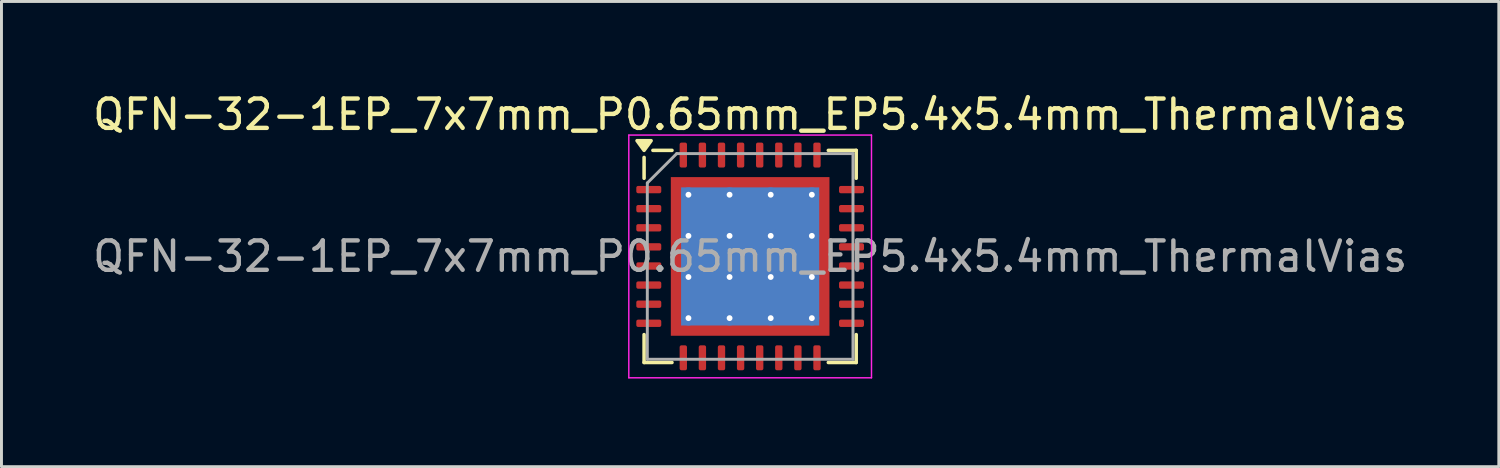
<source format=kicad_pcb>
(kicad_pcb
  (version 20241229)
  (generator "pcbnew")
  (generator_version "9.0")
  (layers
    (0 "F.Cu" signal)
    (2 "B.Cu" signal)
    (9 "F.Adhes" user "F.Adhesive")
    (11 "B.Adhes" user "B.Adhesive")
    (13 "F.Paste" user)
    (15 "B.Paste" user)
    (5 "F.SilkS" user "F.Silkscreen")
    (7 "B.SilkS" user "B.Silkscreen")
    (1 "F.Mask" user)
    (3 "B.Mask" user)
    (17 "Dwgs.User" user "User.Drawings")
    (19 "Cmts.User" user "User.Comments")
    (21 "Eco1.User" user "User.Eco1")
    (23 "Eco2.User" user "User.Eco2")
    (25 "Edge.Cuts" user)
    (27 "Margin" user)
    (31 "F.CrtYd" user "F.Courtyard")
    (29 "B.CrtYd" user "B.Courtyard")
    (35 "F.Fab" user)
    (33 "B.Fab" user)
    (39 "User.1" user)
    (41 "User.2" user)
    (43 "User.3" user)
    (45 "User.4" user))
  (footprint "QFN-32-1EP_7x7mm_P0.65mm_EP5.4x5.4mm_ThermalVias"
    (layer "F.Cu")
    (at 22.482 5.678)
    (property "Reference" "QFN-32-1EP_7x7mm_P0.65mm_EP5.4x5.4mm_ThermalVias" (at 0 -4.83 0) (layer "F.SilkS") (effects (font (size 1 1) (thickness 0.15))))
    (attr smd)
    (fp_line (start -3.61 -2.66) (end -3.61 -3.37) (stroke (width 0.12) (type solid)) (layer "F.SilkS"))
    (fp_line (start -3.61 3.61) (end -3.61 2.66) (stroke (width 0.12) (type solid)) (layer "F.SilkS"))
    (fp_line (start -2.66 -3.61) (end -3.31 -3.61) (stroke (width 0.12) (type solid)) (layer "F.SilkS"))
    (fp_line (start -2.66 3.61) (end -3.61 3.61) (stroke (width 0.12) (type solid)) (layer "F.SilkS"))
    (fp_line (start 2.66 -3.61) (end 3.61 -3.61) (stroke (width 0.12) (type solid)) (layer "F.SilkS"))
    (fp_line (start 2.66 3.61) (end 3.61 3.61) (stroke (width 0.12) (type solid)) (layer "F.SilkS"))
    (fp_line (start 3.61 -3.61) (end 3.61 -2.66) (stroke (width 0.12) (type solid)) (layer "F.SilkS"))
    (fp_line (start 3.61 3.61) (end 3.61 2.66) (stroke (width 0.12) (type solid)) (layer "F.SilkS"))
    (fp_poly (pts (xy -3.61 -3.61) (xy -3.85 -3.94) (xy -3.37 -3.94) (xy -3.61 -3.61)) (stroke (width 0.12) (type solid)) (fill yes) (layer "F.SilkS"))
    (fp_line (start -4.13 -4.13) (end -4.13 4.13) (stroke (width 0.05) (type solid)) (layer "F.CrtYd"))
    (fp_line (start -4.13 4.13) (end 4.13 4.13) (stroke (width 0.05) (type solid)) (layer "F.CrtYd"))
    (fp_line (start 4.13 -4.13) (end -4.13 -4.13) (stroke (width 0.05) (type solid)) (layer "F.CrtYd"))
    (fp_line (start 4.13 4.13) (end 4.13 -4.13) (stroke (width 0.05) (type solid)) (layer "F.CrtYd"))
    (fp_line (start -3.5 -2.5) (end -2.5 -3.5) (stroke (width 0.1) (type solid)) (layer "F.Fab"))
    (fp_line (start -3.5 3.5) (end -3.5 -2.5) (stroke (width 0.1) (type solid)) (layer "F.Fab"))
    (fp_line (start -2.5 -3.5) (end 3.5 -3.5) (stroke (width 0.1) (type solid)) (layer "F.Fab"))
    (fp_line (start 3.5 -3.5) (end 3.5 3.5) (stroke (width 0.1) (type solid)) (layer "F.Fab"))
    (fp_line (start 3.5 3.5) (end -3.5 3.5) (stroke (width 0.1) (type solid)) (layer "F.Fab"))
    (fp_text user "${REFERENCE}" (at 0 0 0) (layer "F.Fab") (effects (font (size 1 1) (thickness 0.15))))
    (pad "" smd custom (at -2.4 -2.4) (size 0.366 0.366) (layers "F.Paste") (options (anchor circle)) (primitives (gr_poly (pts (xy -0.124 -0.124) (xy 0.124 -0.124) (xy 0.124 0.026) (xy 0.026 0.124) (xy -0.124 0.124)) (width 0.236) (fill yes))))
    (pad "" smd custom (at -2.4 -1.4) (size 0.421 0.421) (layers "F.Paste") (options (anchor circle)) (primitives (gr_poly (pts (xy -0.179 -0.501) (xy 0.127 -0.501) (xy 0.179 -0.449) (xy 0.179 0.449) (xy 0.127 0.501) (xy -0.179 0.501)) (width 0.126) (fill yes))))
    (pad "" smd custom (at -2.4 0) (size 0.421 0.421) (layers "F.Paste") (options (anchor circle)) (primitives (gr_poly (pts (xy -0.179 -0.501) (xy 0.127 -0.501) (xy 0.179 -0.449) (xy 0.179 0.449) (xy 0.127 0.501) (xy -0.179 0.501)) (width 0.126) (fill yes))))
    (pad "" smd custom (at -2.4 1.4) (size 0.421 0.421) (layers "F.Paste") (options (anchor circle)) (primitives (gr_poly (pts (xy -0.179 -0.501) (xy 0.127 -0.501) (xy 0.179 -0.449) (xy 0.179 0.449) (xy 0.127 0.501) (xy -0.179 0.501)) (width 0.126) (fill yes))))
    (pad "" smd custom (at -2.4 2.4) (size 0.366 0.366) (layers "F.Paste") (options (anchor circle)) (primitives (gr_poly (pts (xy -0.124 -0.124) (xy 0.026 -0.124) (xy 0.124 -0.026) (xy 0.124 0.124) (xy -0.124 0.124)) (width 0.236) (fill yes))))
    (pad "" smd custom (at -1.4 -2.4) (size 0.421 0.421) (layers "F.Paste") (options (anchor circle)) (primitives (gr_poly (pts (xy -0.501 -0.179) (xy 0.501 -0.179) (xy 0.501 0.127) (xy 0.449 0.179) (xy -0.449 0.179) (xy -0.501 0.127)) (width 0.126) (fill yes))))
    (pad "" smd roundrect (at -1.4 -1.4) (size 1.129 1.129) (layers "F.Paste") (roundrect_rratio 0.221))
    (pad "" smd roundrect (at -1.4 0) (size 1.129 1.129) (layers "F.Paste") (roundrect_rratio 0.221))
    (pad "" smd roundrect (at -1.4 1.4) (size 1.129 1.129) (layers "F.Paste") (roundrect_rratio 0.221))
    (pad "" smd custom (at -1.4 2.4) (size 0.421 0.421) (layers "F.Paste") (options (anchor circle)) (primitives (gr_poly (pts (xy -0.501 -0.127) (xy -0.449 -0.179) (xy 0.449 -0.179) (xy 0.501 -0.127) (xy 0.501 0.179) (xy -0.501 0.179)) (width 0.126) (fill yes))))
    (pad "" smd custom (at 0 -2.4) (size 0.421 0.421) (layers "F.Paste") (options (anchor circle)) (primitives (gr_poly (pts (xy -0.501 -0.179) (xy 0.501 -0.179) (xy 0.501 0.127) (xy 0.449 0.179) (xy -0.449 0.179) (xy -0.501 0.127)) (width 0.126) (fill yes))))
    (pad "" smd roundrect (at 0 -1.4) (size 1.129 1.129) (layers "F.Paste") (roundrect_rratio 0.221))
    (pad "" smd roundrect (at 0 0) (size 1.129 1.129) (layers "F.Paste") (roundrect_rratio 0.221))
    (pad "" smd roundrect (at 0 1.4) (size 1.129 1.129) (layers "F.Paste") (roundrect_rratio 0.221))
    (pad "" smd custom (at 0 2.4) (size 0.421 0.421) (layers "F.Paste") (options (anchor circle)) (primitives (gr_poly (pts (xy -0.501 -0.127) (xy -0.449 -0.179) (xy 0.449 -0.179) (xy 0.501 -0.127) (xy 0.501 0.179) (xy -0.501 0.179)) (width 0.126) (fill yes))))
    (pad "" smd custom (at 1.4 -2.4) (size 0.421 0.421) (layers "F.Paste") (options (anchor circle)) (primitives (gr_poly (pts (xy -0.501 -0.179) (xy 0.501 -0.179) (xy 0.501 0.127) (xy 0.449 0.179) (xy -0.449 0.179) (xy -0.501 0.127)) (width 0.126) (fill yes))))
    (pad "" smd roundrect (at 1.4 -1.4) (size 1.129 1.129) (layers "F.Paste") (roundrect_rratio 0.221))
    (pad "" smd roundrect (at 1.4 0) (size 1.129 1.129) (layers "F.Paste") (roundrect_rratio 0.221))
    (pad "" smd roundrect (at 1.4 1.4) (size 1.129 1.129) (layers "F.Paste") (roundrect_rratio 0.221))
    (pad "" smd custom (at 1.4 2.4) (size 0.421 0.421) (layers "F.Paste") (options (anchor circle)) (primitives (gr_poly (pts (xy -0.501 -0.127) (xy -0.449 -0.179) (xy 0.449 -0.179) (xy 0.501 -0.127) (xy 0.501 0.179) (xy -0.501 0.179)) (width 0.126) (fill yes))))
    (pad "" smd custom (at 2.4 -2.4) (size 0.366 0.366) (layers "F.Paste") (options (anchor circle)) (primitives (gr_poly (pts (xy -0.124 -0.124) (xy 0.124 -0.124) (xy 0.124 0.124) (xy -0.026 0.124) (xy -0.124 0.026)) (width 0.236) (fill yes))))
    (pad "" smd custom (at 2.4 -1.4) (size 0.421 0.421) (layers "F.Paste") (options (anchor circle)) (primitives (gr_poly (pts (xy -0.179 -0.449) (xy -0.127 -0.501) (xy 0.179 -0.501) (xy 0.179 0.501) (xy -0.127 0.501) (xy -0.179 0.449)) (width 0.126) (fill yes))))
    (pad "" smd custom (at 2.4 0) (size 0.421 0.421) (layers "F.Paste") (options (anchor circle)) (primitives (gr_poly (pts (xy -0.179 -0.449) (xy -0.127 -0.501) (xy 0.179 -0.501) (xy 0.179 0.501) (xy -0.127 0.501) (xy -0.179 0.449)) (width 0.126) (fill yes))))
    (pad "" smd custom (at 2.4 1.4) (size 0.421 0.421) (layers "F.Paste") (options (anchor circle)) (primitives (gr_poly (pts (xy -0.179 -0.449) (xy -0.127 -0.501) (xy 0.179 -0.501) (xy 0.179 0.501) (xy -0.127 0.501) (xy -0.179 0.449)) (width 0.126) (fill yes))))
    (pad "" smd custom (at 2.4 2.4) (size 0.366 0.366) (layers "F.Paste") (options (anchor circle)) (primitives (gr_poly (pts (xy -0.124 -0.026) (xy -0.026 -0.124) (xy 0.124 -0.124) (xy 0.124 0.124) (xy -0.124 0.124)) (width 0.236) (fill yes))))
    (pad "1" smd roundrect (at -3.45 -2.275) (size 0.85 0.25) (layers "F.Cu" "F.Mask" "F.Paste") (roundrect_rratio 0.25))
    (pad "2" smd roundrect (at -3.45 -1.625) (size 0.85 0.25) (layers "F.Cu" "F.Mask" "F.Paste") (roundrect_rratio 0.25))
    (pad "3" smd roundrect (at -3.45 -0.975) (size 0.85 0.25) (layers "F.Cu" "F.Mask" "F.Paste") (roundrect_rratio 0.25))
    (pad "4" smd roundrect (at -3.45 -0.325) (size 0.85 0.25) (layers "F.Cu" "F.Mask" "F.Paste") (roundrect_rratio 0.25))
    (pad "5" smd roundrect (at -3.45 0.325) (size 0.85 0.25) (layers "F.Cu" "F.Mask" "F.Paste") (roundrect_rratio 0.25))
    (pad "6" smd roundrect (at -3.45 0.975) (size 0.85 0.25) (layers "F.Cu" "F.Mask" "F.Paste") (roundrect_rratio 0.25))
    (pad "7" smd roundrect (at -3.45 1.625) (size 0.85 0.25) (layers "F.Cu" "F.Mask" "F.Paste") (roundrect_rratio 0.25))
    (pad "8" smd roundrect (at -3.45 2.275) (size 0.85 0.25) (layers "F.Cu" "F.Mask" "F.Paste") (roundrect_rratio 0.25))
    (pad "9" smd roundrect (at -2.275 3.45) (size 0.25 0.85) (layers "F.Cu" "F.Mask" "F.Paste") (roundrect_rratio 0.25))
    (pad "10" smd roundrect (at -1.625 3.45) (size 0.25 0.85) (layers "F.Cu" "F.Mask" "F.Paste") (roundrect_rratio 0.25))
    (pad "11" smd roundrect (at -0.975 3.45) (size 0.25 0.85) (layers "F.Cu" "F.Mask" "F.Paste") (roundrect_rratio 0.25))
    (pad "12" smd roundrect (at -0.325 3.45) (size 0.25 0.85) (layers "F.Cu" "F.Mask" "F.Paste") (roundrect_rratio 0.25))
    (pad "13" smd roundrect (at 0.325 3.45) (size 0.25 0.85) (layers "F.Cu" "F.Mask" "F.Paste") (roundrect_rratio 0.25))
    (pad "14" smd roundrect (at 0.975 3.45) (size 0.25 0.85) (layers "F.Cu" "F.Mask" "F.Paste") (roundrect_rratio 0.25))
    (pad "15" smd roundrect (at 1.625 3.45) (size 0.25 0.85) (layers "F.Cu" "F.Mask" "F.Paste") (roundrect_rratio 0.25))
    (pad "16" smd roundrect (at 2.275 3.45) (size 0.25 0.85) (layers "F.Cu" "F.Mask" "F.Paste") (roundrect_rratio 0.25))
    (pad "17" smd roundrect (at 3.45 2.275) (size 0.85 0.25) (layers "F.Cu" "F.Mask" "F.Paste") (roundrect_rratio 0.25))
    (pad "18" smd roundrect (at 3.45 1.625) (size 0.85 0.25) (layers "F.Cu" "F.Mask" "F.Paste") (roundrect_rratio 0.25))
    (pad "19" smd roundrect (at 3.45 0.975) (size 0.85 0.25) (layers "F.Cu" "F.Mask" "F.Paste") (roundrect_rratio 0.25))
    (pad "20" smd roundrect (at 3.45 0.325) (size 0.85 0.25) (layers "F.Cu" "F.Mask" "F.Paste") (roundrect_rratio 0.25))
    (pad "21" smd roundrect (at 3.45 -0.325) (size 0.85 0.25) (layers "F.Cu" "F.Mask" "F.Paste") (roundrect_rratio 0.25))
    (pad "22" smd roundrect (at 3.45 -0.975) (size 0.85 0.25) (layers "F.Cu" "F.Mask" "F.Paste") (roundrect_rratio 0.25))
    (pad "23" smd roundrect (at 3.45 -1.625) (size 0.85 0.25) (layers "F.Cu" "F.Mask" "F.Paste") (roundrect_rratio 0.25))
    (pad "24" smd roundrect (at 3.45 -2.275) (size 0.85 0.25) (layers "F.Cu" "F.Mask" "F.Paste") (roundrect_rratio 0.25))
    (pad "25" smd roundrect (at 2.275 -3.45) (size 0.25 0.85) (layers "F.Cu" "F.Mask" "F.Paste") (roundrect_rratio 0.25))
    (pad "26" smd roundrect (at 1.625 -3.45) (size 0.25 0.85) (layers "F.Cu" "F.Mask" "F.Paste") (roundrect_rratio 0.25))
    (pad "27" smd roundrect (at 0.975 -3.45) (size 0.25 0.85) (layers "F.Cu" "F.Mask" "F.Paste") (roundrect_rratio 0.25))
    (pad "28" smd roundrect (at 0.325 -3.45) (size 0.25 0.85) (layers "F.Cu" "F.Mask" "F.Paste") (roundrect_rratio 0.25))
    (pad "29" smd roundrect (at -0.325 -3.45) (size 0.25 0.85) (layers "F.Cu" "F.Mask" "F.Paste") (roundrect_rratio 0.25))
    (pad "30" smd roundrect (at -0.975 -3.45) (size 0.25 0.85) (layers "F.Cu" "F.Mask" "F.Paste") (roundrect_rratio 0.25))
    (pad "31" smd roundrect (at -1.625 -3.45) (size 0.25 0.85) (layers "F.Cu" "F.Mask" "F.Paste") (roundrect_rratio 0.25))
    (pad "32" smd roundrect (at -2.275 -3.45) (size 0.25 0.85) (layers "F.Cu" "F.Mask" "F.Paste") (roundrect_rratio 0.25))
    (pad "33" thru_hole circle (at -2.1 -2.1) (size 0.5 0.5) (drill 0.2) (property pad_prop_heatsink) (layers "*.Cu"))
    (pad "33" thru_hole circle (at -2.1 -0.7) (size 0.5 0.5) (drill 0.2) (property pad_prop_heatsink) (layers "*.Cu"))
    (pad "33" thru_hole circle (at -2.1 0.7) (size 0.5 0.5) (drill 0.2) (property pad_prop_heatsink) (layers "*.Cu"))
    (pad "33" thru_hole circle (at -2.1 2.1) (size 0.5 0.5) (drill 0.2) (property pad_prop_heatsink) (layers "*.Cu"))
    (pad "33" thru_hole circle (at -0.7 -2.1) (size 0.5 0.5) (drill 0.2) (property pad_prop_heatsink) (layers "*.Cu"))
    (pad "33" thru_hole circle (at -0.7 -0.7) (size 0.5 0.5) (drill 0.2) (property pad_prop_heatsink) (layers "*.Cu"))
    (pad "33" thru_hole circle (at -0.7 0.7) (size 0.5 0.5) (drill 0.2) (property pad_prop_heatsink) (layers "*.Cu"))
    (pad "33" thru_hole circle (at -0.7 2.1) (size 0.5 0.5) (drill 0.2) (property pad_prop_heatsink) (layers "*.Cu"))
    (pad "33" smd rect (at 0 0) (size 4.7 4.7) (property pad_prop_heatsink) (layers "B.Cu"))
    (pad "33" smd rect (at 0 0) (size 5.4 5.4) (property pad_prop_heatsink) (layers "F.Cu" "F.Mask"))
    (pad "33" thru_hole circle (at 0.7 -2.1) (size 0.5 0.5) (drill 0.2) (property pad_prop_heatsink) (layers "*.Cu"))
    (pad "33" thru_hole circle (at 0.7 -0.7) (size 0.5 0.5) (drill 0.2) (property pad_prop_heatsink) (layers "*.Cu"))
    (pad "33" thru_hole circle (at 0.7 0.7) (size 0.5 0.5) (drill 0.2) (property pad_prop_heatsink) (layers "*.Cu"))
    (pad "33" thru_hole circle (at 0.7 2.1) (size 0.5 0.5) (drill 0.2) (property pad_prop_heatsink) (layers "*.Cu"))
    (pad "33" thru_hole circle (at 2.1 -2.1) (size 0.5 0.5) (drill 0.2) (property pad_prop_heatsink) (layers "*.Cu"))
    (pad "33" thru_hole circle (at 2.1 -0.7) (size 0.5 0.5) (drill 0.2) (property pad_prop_heatsink) (layers "*.Cu"))
    (pad "33" thru_hole circle (at 2.1 0.7) (size 0.5 0.5) (drill 0.2) (property pad_prop_heatsink) (layers "*.Cu"))
    (pad "33" thru_hole circle (at 2.1 2.1) (size 0.5 0.5) (drill 0.2) (property pad_prop_heatsink) (layers "*.Cu")))
  (gr_rect
    (start -3 -3)
    (end 47.964 12.833)
    (stroke (width 0.1) (type default))
    (fill no)
    (layer "Edge.Cuts")))
</source>
